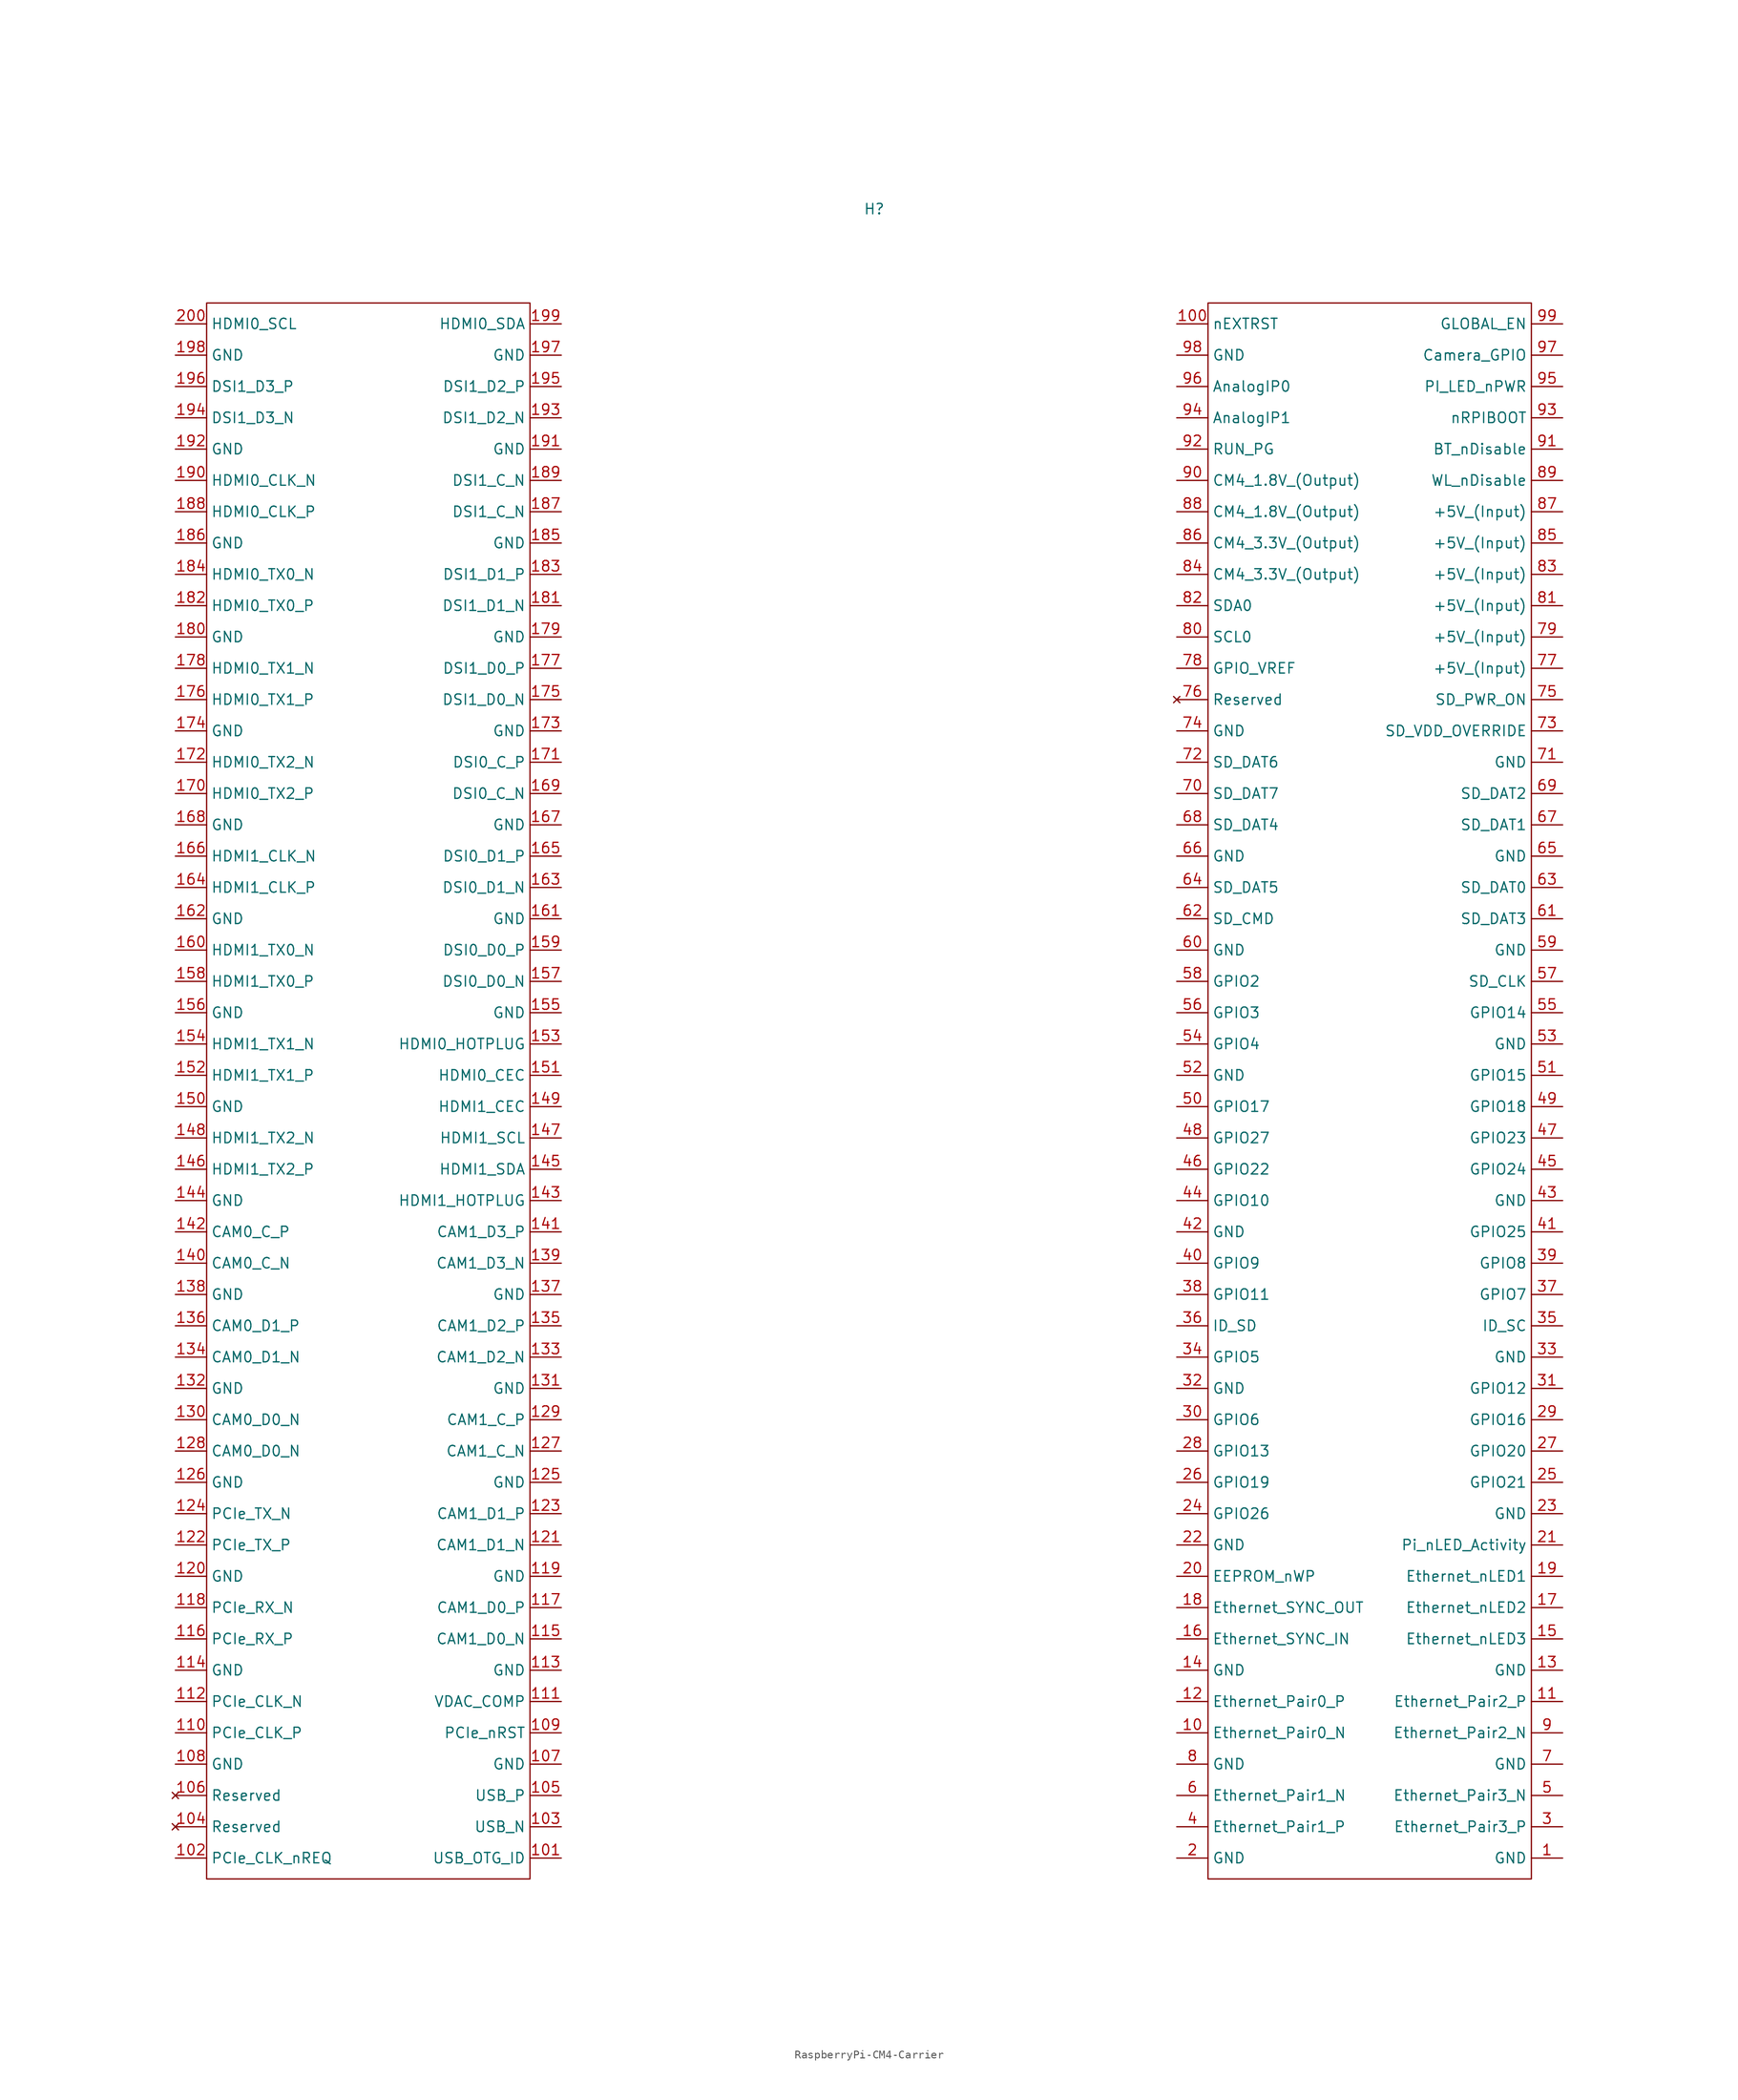
<source format=kicad_sym>
(kicad_symbol_lib
  (version 20241209)
  (generator "kicad_symbol_editor")
  (generator_version "9.0")
  (symbol "RaspberryPi-CM4-Carrier"
    (property "Reference" "H"
      (at 0 106.68 0)
      (effects (font (size 1.27 1.27))))
    (property "Value" ""
      (at 0 0 0)
      (effects (font (size 1.27 1.27))))
    (symbol "RaspberryPi-CM4-Carrier_0_1"
      (rectangle (start -41.91 95.25) (end -81.28 -96.52) (stroke (width 0) (type default)) (fill (type none)))
      (rectangle (start 80.01 95.25) (end 40.64 -96.52) (stroke (width 0) (type default)) (fill (type none))))
    (symbol "RaspberryPi-CM4-Carrier_1_1"
      (pin bidirectional line (at -85.09 92.71 0) (length 3.81) (name "HDMI0_SCL" (effects (font (size 1.27 1.27)))) (number "200" (effects (font (size 1.27 1.27)))))
      (pin power_out line (at -85.09 88.9 0) (length 3.81) (name "GND" (effects (font (size 1.27 1.27)))) (number "198" (effects (font (size 1.27 1.27)))))
      (pin input line (at -85.09 85.09 0) (length 3.81) (name "DSI1_D3_P" (effects (font (size 1.27 1.27)))) (number "196" (effects (font (size 1.27 1.27)))))
      (pin input line (at -85.09 81.28 0) (length 3.81) (name "DSI1_D3_N" (effects (font (size 1.27 1.27)))) (number "194" (effects (font (size 1.27 1.27)))))
      (pin power_out line (at -85.09 77.47 0) (length 3.81) (name "GND" (effects (font (size 1.27 1.27)))) (number "192" (effects (font (size 1.27 1.27)))))
      (pin input line (at -85.09 73.66 0) (length 3.81) (name "HDMI0_CLK_N" (effects (font (size 1.27 1.27)))) (number "190" (effects (font (size 1.27 1.27)))))
      (pin input line (at -85.09 69.85 0) (length 3.81) (name "HDMI0_CLK_P" (effects (font (size 1.27 1.27)))) (number "188" (effects (font (size 1.27 1.27)))))
      (pin power_out line (at -85.09 66.04 0) (length 3.81) (name "GND" (effects (font (size 1.27 1.27)))) (number "186" (effects (font (size 1.27 1.27)))))
      (pin input line (at -85.09 62.23 0) (length 3.81) (name "HDMI0_TX0_N" (effects (font (size 1.27 1.27)))) (number "184" (effects (font (size 1.27 1.27)))))
      (pin input line (at -85.09 58.42 0) (length 3.81) (name "HDMI0_TX0_P" (effects (font (size 1.27 1.27)))) (number "182" (effects (font (size 1.27 1.27)))))
      (pin power_out line (at -85.09 54.61 0) (length 3.81) (name "GND" (effects (font (size 1.27 1.27)))) (number "180" (effects (font (size 1.27 1.27)))))
      (pin input line (at -85.09 50.8 0) (length 3.81) (name "HDMI0_TX1_N" (effects (font (size 1.27 1.27)))) (number "178" (effects (font (size 1.27 1.27)))))
      (pin input line (at -85.09 46.99 0) (length 3.81) (name "HDMI0_TX1_P" (effects (font (size 1.27 1.27)))) (number "176" (effects (font (size 1.27 1.27)))))
      (pin power_out line (at -85.09 43.18 0) (length 3.81) (name "GND" (effects (font (size 1.27 1.27)))) (number "174" (effects (font (size 1.27 1.27)))))
      (pin input line (at -85.09 39.37 0) (length 3.81) (name "HDMI0_TX2_N" (effects (font (size 1.27 1.27)))) (number "172" (effects (font (size 1.27 1.27)))))
      (pin input line (at -85.09 35.56 0) (length 3.81) (name "HDMI0_TX2_P" (effects (font (size 1.27 1.27)))) (number "170" (effects (font (size 1.27 1.27)))))
      (pin power_out line (at -85.09 31.75 0) (length 3.81) (name "GND" (effects (font (size 1.27 1.27)))) (number "168" (effects (font (size 1.27 1.27)))))
      (pin input line (at -85.09 27.94 0) (length 3.81) (name "HDMI1_CLK_N" (effects (font (size 1.27 1.27)))) (number "166" (effects (font (size 1.27 1.27)))))
      (pin input line (at -85.09 24.13 0) (length 3.81) (name "HDMI1_CLK_P" (effects (font (size 1.27 1.27)))) (number "164" (effects (font (size 1.27 1.27)))))
      (pin power_out line (at -85.09 20.32 0) (length 3.81) (name "GND" (effects (font (size 1.27 1.27)))) (number "162" (effects (font (size 1.27 1.27)))))
      (pin input line (at -85.09 16.51 0) (length 3.81) (name "HDMI1_TX0_N" (effects (font (size 1.27 1.27)))) (number "160" (effects (font (size 1.27 1.27)))))
      (pin input line (at -85.09 12.7 0) (length 3.81) (name "HDMI1_TX0_P" (effects (font (size 1.27 1.27)))) (number "158" (effects (font (size 1.27 1.27)))))
      (pin power_out line (at -85.09 8.89 0) (length 3.81) (name "GND" (effects (font (size 1.27 1.27)))) (number "156" (effects (font (size 1.27 1.27)))))
      (pin input line (at -85.09 5.08 0) (length 3.81) (name "HDMI1_TX1_N" (effects (font (size 1.27 1.27)))) (number "154" (effects (font (size 1.27 1.27)))))
      (pin input line (at -85.09 1.27 0) (length 3.81) (name "HDMI1_TX1_P" (effects (font (size 1.27 1.27)))) (number "152" (effects (font (size 1.27 1.27)))))
      (pin power_out line (at -85.09 -2.54 0) (length 3.81) (name "GND" (effects (font (size 1.27 1.27)))) (number "150" (effects (font (size 1.27 1.27)))))
      (pin input line (at -85.09 -6.35 0) (length 3.81) (name "HDMI1_TX2_N" (effects (font (size 1.27 1.27)))) (number "148" (effects (font (size 1.27 1.27)))))
      (pin input line (at -85.09 -10.16 0) (length 3.81) (name "HDMI1_TX2_P" (effects (font (size 1.27 1.27)))) (number "146" (effects (font (size 1.27 1.27)))))
      (pin power_out line (at -85.09 -13.97 0) (length 3.81) (name "GND" (effects (font (size 1.27 1.27)))) (number "144" (effects (font (size 1.27 1.27)))))
      (pin output line (at -85.09 -17.78 0) (length 3.81) (name "CAM0_C_P" (effects (font (size 1.27 1.27)))) (number "142" (effects (font (size 1.27 1.27)))))
      (pin output line (at -85.09 -21.59 0) (length 3.81) (name "CAM0_C_N" (effects (font (size 1.27 1.27)))) (number "140" (effects (font (size 1.27 1.27)))))
      (pin power_out line (at -85.09 -25.4 0) (length 3.81) (name "GND" (effects (font (size 1.27 1.27)))) (number "138" (effects (font (size 1.27 1.27)))))
      (pin output line (at -85.09 -29.21 0) (length 3.81) (name "CAM0_D1_P" (effects (font (size 1.27 1.27)))) (number "136" (effects (font (size 1.27 1.27)))))
      (pin output line (at -85.09 -33.02 0) (length 3.81) (name "CAM0_D1_N" (effects (font (size 1.27 1.27)))) (number "134" (effects (font (size 1.27 1.27)))))
      (pin power_out line (at -85.09 -36.83 0) (length 3.81) (name "GND" (effects (font (size 1.27 1.27)))) (number "132" (effects (font (size 1.27 1.27)))))
      (pin output line (at -85.09 -40.64 0) (length 3.81) (name "CAM0_D0_N" (effects (font (size 1.27 1.27)))) (number "130" (effects (font (size 1.27 1.27)))))
      (pin output line (at -85.09 -44.45 0) (length 3.81) (name "CAM0_D0_N" (effects (font (size 1.27 1.27)))) (number "128" (effects (font (size 1.27 1.27)))))
      (pin power_out line (at -85.09 -48.26 0) (length 3.81) (name "GND" (effects (font (size 1.27 1.27)))) (number "126" (effects (font (size 1.27 1.27)))))
      (pin input line (at -85.09 -52.07 0) (length 3.81) (name "PCIe_TX_N" (effects (font (size 1.27 1.27)))) (number "124" (effects (font (size 1.27 1.27)))))
      (pin input line (at -85.09 -55.88 0) (length 3.81) (name "PCIe_TX_P" (effects (font (size 1.27 1.27)))) (number "122" (effects (font (size 1.27 1.27)))))
      (pin power_out line (at -85.09 -59.69 0) (length 3.81) (name "GND" (effects (font (size 1.27 1.27)))) (number "120" (effects (font (size 1.27 1.27)))))
      (pin output line (at -85.09 -63.5 0) (length 3.81) (name "PCIe_RX_N" (effects (font (size 1.27 1.27)))) (number "118" (effects (font (size 1.27 1.27)))))
      (pin output line (at -85.09 -67.31 0) (length 3.81) (name "PCIe_RX_P" (effects (font (size 1.27 1.27)))) (number "116" (effects (font (size 1.27 1.27)))))
      (pin power_out line (at -85.09 -71.12 0) (length 3.81) (name "GND" (effects (font (size 1.27 1.27)))) (number "114" (effects (font (size 1.27 1.27)))))
      (pin input line (at -85.09 -74.93 0) (length 3.81) (name "PCIe_CLK_N" (effects (font (size 1.27 1.27)))) (number "112" (effects (font (size 1.27 1.27)))))
      (pin input line (at -85.09 -78.74 0) (length 3.81) (name "PCIe_CLK_P" (effects (font (size 1.27 1.27)))) (number "110" (effects (font (size 1.27 1.27)))))
      (pin power_out line (at -85.09 -82.55 0) (length 3.81) (name "GND" (effects (font (size 1.27 1.27)))) (number "108" (effects (font (size 1.27 1.27)))))
      (pin no_connect line (at -85.09 -86.36 0) (length 3.81) (name "Reserved" (effects (font (size 1.27 1.27)))) (number "106" (effects (font (size 1.27 1.27)))))
      (pin no_connect line (at -85.09 -90.17 0) (length 3.81) (name "Reserved" (effects (font (size 1.27 1.27)))) (number "104" (effects (font (size 1.27 1.27)))))
      (pin bidirectional line (at -85.09 -93.98 0) (length 3.81) (name "PCIe_CLK_nREQ" (effects (font (size 1.27 1.27)))) (number "102" (effects (font (size 1.27 1.27)))))
      (pin bidirectional line (at -38.1 92.71 180) (length 3.81) (name "HDMI0_SDA" (effects (font (size 1.27 1.27)))) (number "199" (effects (font (size 1.27 1.27)))))
      (pin power_out line (at -38.1 88.9 180) (length 3.81) (name "GND" (effects (font (size 1.27 1.27)))) (number "197" (effects (font (size 1.27 1.27)))))
      (pin input line (at -38.1 85.09 180) (length 3.81) (name "DSI1_D2_P" (effects (font (size 1.27 1.27)))) (number "195" (effects (font (size 1.27 1.27)))))
      (pin input line (at -38.1 81.28 180) (length 3.81) (name "DSI1_D2_N" (effects (font (size 1.27 1.27)))) (number "193" (effects (font (size 1.27 1.27)))))
      (pin power_out line (at -38.1 77.47 180) (length 3.81) (name "GND" (effects (font (size 1.27 1.27)))) (number "191" (effects (font (size 1.27 1.27)))))
      (pin input line (at -38.1 73.66 180) (length 3.81) (name "DSI1_C_N" (effects (font (size 1.27 1.27)))) (number "189" (effects (font (size 1.27 1.27)))))
      (pin input line (at -38.1 69.85 180) (length 3.81) (name "DSI1_C_N" (effects (font (size 1.27 1.27)))) (number "187" (effects (font (size 1.27 1.27)))))
      (pin power_out line (at -38.1 66.04 180) (length 3.81) (name "GND" (effects (font (size 1.27 1.27)))) (number "185" (effects (font (size 1.27 1.27)))))
      (pin input line (at -38.1 62.23 180) (length 3.81) (name "DSI1_D1_P" (effects (font (size 1.27 1.27)))) (number "183" (effects (font (size 1.27 1.27)))))
      (pin input line (at -38.1 58.42 180) (length 3.81) (name "DSI1_D1_N" (effects (font (size 1.27 1.27)))) (number "181" (effects (font (size 1.27 1.27)))))
      (pin power_out line (at -38.1 54.61 180) (length 3.81) (name "GND" (effects (font (size 1.27 1.27)))) (number "179" (effects (font (size 1.27 1.27)))))
      (pin input line (at -38.1 50.8 180) (length 3.81) (name "DSI1_D0_P" (effects (font (size 1.27 1.27)))) (number "177" (effects (font (size 1.27 1.27)))))
      (pin input line (at -38.1 46.99 180) (length 3.81) (name "DSI1_D0_N" (effects (font (size 1.27 1.27)))) (number "175" (effects (font (size 1.27 1.27)))))
      (pin power_out line (at -38.1 43.18 180) (length 3.81) (name "GND" (effects (font (size 1.27 1.27)))) (number "173" (effects (font (size 1.27 1.27)))))
      (pin input line (at -38.1 39.37 180) (length 3.81) (name "DSI0_C_P" (effects (font (size 1.27 1.27)))) (number "171" (effects (font (size 1.27 1.27)))))
      (pin input line (at -38.1 35.56 180) (length 3.81) (name "DSI0_C_N" (effects (font (size 1.27 1.27)))) (number "169" (effects (font (size 1.27 1.27)))))
      (pin power_out line (at -38.1 31.75 180) (length 3.81) (name "GND" (effects (font (size 1.27 1.27)))) (number "167" (effects (font (size 1.27 1.27)))))
      (pin input line (at -38.1 27.94 180) (length 3.81) (name "DSI0_D1_P" (effects (font (size 1.27 1.27)))) (number "165" (effects (font (size 1.27 1.27)))))
      (pin input line (at -38.1 24.13 180) (length 3.81) (name "DSI0_D1_N" (effects (font (size 1.27 1.27)))) (number "163" (effects (font (size 1.27 1.27)))))
      (pin power_out line (at -38.1 20.32 180) (length 3.81) (name "GND" (effects (font (size 1.27 1.27)))) (number "161" (effects (font (size 1.27 1.27)))))
      (pin input line (at -38.1 16.51 180) (length 3.81) (name "DSI0_D0_P" (effects (font (size 1.27 1.27)))) (number "159" (effects (font (size 1.27 1.27)))))
      (pin input line (at -38.1 12.7 180) (length 3.81) (name "DSI0_D0_N" (effects (font (size 1.27 1.27)))) (number "157" (effects (font (size 1.27 1.27)))))
      (pin power_out line (at -38.1 8.89 180) (length 3.81) (name "GND" (effects (font (size 1.27 1.27)))) (number "155" (effects (font (size 1.27 1.27)))))
      (pin output line (at -38.1 5.08 180) (length 3.81) (name "HDMI0_HOTPLUG" (effects (font (size 1.27 1.27)))) (number "153" (effects (font (size 1.27 1.27)))))
      (pin output line (at -38.1 1.27 180) (length 3.81) (name "HDMI0_CEC" (effects (font (size 1.27 1.27)))) (number "151" (effects (font (size 1.27 1.27)))))
      (pin output line (at -38.1 -2.54 180) (length 3.81) (name "HDMI1_CEC" (effects (font (size 1.27 1.27)))) (number "149" (effects (font (size 1.27 1.27)))))
      (pin bidirectional line (at -38.1 -6.35 180) (length 3.81) (name "HDMI1_SCL" (effects (font (size 1.27 1.27)))) (number "147" (effects (font (size 1.27 1.27)))))
      (pin bidirectional line (at -38.1 -10.16 180) (length 3.81) (name "HDMI1_SDA" (effects (font (size 1.27 1.27)))) (number "145" (effects (font (size 1.27 1.27)))))
      (pin output line (at -38.1 -13.97 180) (length 3.81) (name "HDMI1_HOTPLUG" (effects (font (size 1.27 1.27)))) (number "143" (effects (font (size 1.27 1.27)))))
      (pin output line (at -38.1 -17.78 180) (length 3.81) (name "CAM1_D3_P" (effects (font (size 1.27 1.27)))) (number "141" (effects (font (size 1.27 1.27)))))
      (pin output line (at -38.1 -21.59 180) (length 3.81) (name "CAM1_D3_N" (effects (font (size 1.27 1.27)))) (number "139" (effects (font (size 1.27 1.27)))))
      (pin power_out line (at -38.1 -25.4 180) (length 3.81) (name "GND" (effects (font (size 1.27 1.27)))) (number "137" (effects (font (size 1.27 1.27)))))
      (pin output line (at -38.1 -29.21 180) (length 3.81) (name "CAM1_D2_P" (effects (font (size 1.27 1.27)))) (number "135" (effects (font (size 1.27 1.27)))))
      (pin output line (at -38.1 -33.02 180) (length 3.81) (name "CAM1_D2_N" (effects (font (size 1.27 1.27)))) (number "133" (effects (font (size 1.27 1.27)))))
      (pin power_out line (at -38.1 -36.83 180) (length 3.81) (name "GND" (effects (font (size 1.27 1.27)))) (number "131" (effects (font (size 1.27 1.27)))))
      (pin output line (at -38.1 -40.64 180) (length 3.81) (name "CAM1_C_P" (effects (font (size 1.27 1.27)))) (number "129" (effects (font (size 1.27 1.27)))))
      (pin output line (at -38.1 -44.45 180) (length 3.81) (name "CAM1_C_N" (effects (font (size 1.27 1.27)))) (number "127" (effects (font (size 1.27 1.27)))))
      (pin power_out line (at -38.1 -48.26 180) (length 3.81) (name "GND" (effects (font (size 1.27 1.27)))) (number "125" (effects (font (size 1.27 1.27)))))
      (pin output line (at -38.1 -52.07 180) (length 3.81) (name "CAM1_D1_P" (effects (font (size 1.27 1.27)))) (number "123" (effects (font (size 1.27 1.27)))))
      (pin output line (at -38.1 -55.88 180) (length 3.81) (name "CAM1_D1_N" (effects (font (size 1.27 1.27)))) (number "121" (effects (font (size 1.27 1.27)))))
      (pin power_out line (at -38.1 -59.69 180) (length 3.81) (name "GND" (effects (font (size 1.27 1.27)))) (number "119" (effects (font (size 1.27 1.27)))))
      (pin output line (at -38.1 -63.5 180) (length 3.81) (name "CAM1_D0_P" (effects (font (size 1.27 1.27)))) (number "117" (effects (font (size 1.27 1.27)))))
      (pin output line (at -38.1 -67.31 180) (length 3.81) (name "CAM1_D0_N" (effects (font (size 1.27 1.27)))) (number "115" (effects (font (size 1.27 1.27)))))
      (pin power_out line (at -38.1 -71.12 180) (length 3.81) (name "GND" (effects (font (size 1.27 1.27)))) (number "113" (effects (font (size 1.27 1.27)))))
      (pin input line (at -38.1 -74.93 180) (length 3.81) (name "VDAC_COMP" (effects (font (size 1.27 1.27)))) (number "111" (effects (font (size 1.27 1.27)))))
      (pin input line (at -38.1 -78.74 180) (length 3.81) (name "PCIe_nRST" (effects (font (size 1.27 1.27)))) (number "109" (effects (font (size 1.27 1.27)))))
      (pin power_out line (at -38.1 -82.55 180) (length 3.81) (name "GND" (effects (font (size 1.27 1.27)))) (number "107" (effects (font (size 1.27 1.27)))))
      (pin bidirectional line (at -38.1 -86.36 180) (length 3.81) (name "USB_P" (effects (font (size 1.27 1.27)))) (number "105" (effects (font (size 1.27 1.27)))))
      (pin bidirectional line (at -38.1 -90.17 180) (length 3.81) (name "USB_N" (effects (font (size 1.27 1.27)))) (number "103" (effects (font (size 1.27 1.27)))))
      (pin output line (at -38.1 -93.98 180) (length 3.81) (name "USB_OTG_ID" (effects (font (size 1.27 1.27)))) (number "101" (effects (font (size 1.27 1.27)))))
      (pin input line (at 36.83 92.71 0) (length 3.81) (name "nEXTRST" (effects (font (size 1.27 1.27)))) (number "100" (effects (font (size 1.27 1.27)))))
      (pin power_out line (at 36.83 88.9 0) (length 3.81) (name "GND" (effects (font (size 1.27 1.27)))) (number "98" (effects (font (size 1.27 1.27)))))
      (pin output line (at 36.83 85.09 0) (length 3.81) (name "AnalogIP0" (effects (font (size 1.27 1.27)))) (number "96" (effects (font (size 1.27 1.27)))))
      (pin output line (at 36.83 81.28 0) (length 3.81) (name "AnalogIP1" (effects (font (size 1.27 1.27)))) (number "94" (effects (font (size 1.27 1.27)))))
      (pin bidirectional line (at 36.83 77.47 0) (length 3.81) (name "RUN_PG" (effects (font (size 1.27 1.27)))) (number "92" (effects (font (size 1.27 1.27)))))
      (pin power_in line (at 36.83 73.66 0) (length 3.81) (name "CM4_1.8V_(Output)" (effects (font (size 1.27 1.27)))) (number "90" (effects (font (size 1.27 1.27)))))
      (pin power_in line (at 36.83 69.85 0) (length 3.81) (name "CM4_1.8V_(Output)" (effects (font (size 1.27 1.27)))) (number "88" (effects (font (size 1.27 1.27)))))
      (pin power_in line (at 36.83 66.04 0) (length 3.81) (name "CM4_3.3V_(Output)" (effects (font (size 1.27 1.27)))) (number "86" (effects (font (size 1.27 1.27)))))
      (pin power_in line (at 36.83 62.23 0) (length 3.81) (name "CM4_3.3V_(Output)" (effects (font (size 1.27 1.27)))) (number "84" (effects (font (size 1.27 1.27)))))
      (pin bidirectional line (at 36.83 58.42 0) (length 3.81) (name "SDA0" (effects (font (size 1.27 1.27)))) (number "82" (effects (font (size 1.27 1.27)))))
      (pin input line (at 36.83 54.61 0) (length 3.81) (name "SCL0" (effects (font (size 1.27 1.27)))) (number "80" (effects (font (size 1.27 1.27)))))
      (pin power_out line (at 36.83 50.8 0) (length 3.81) (name "GPIO_VREF" (effects (font (size 1.27 1.27)))) (number "78" (effects (font (size 1.27 1.27)))))
      (pin no_connect line (at 36.83 46.99 0) (length 3.81) (name "Reserved" (effects (font (size 1.27 1.27)))) (number "76" (effects (font (size 1.27 1.27)))))
      (pin power_out line (at 36.83 43.18 0) (length 3.81) (name "GND" (effects (font (size 1.27 1.27)))) (number "74" (effects (font (size 1.27 1.27)))))
      (pin bidirectional line (at 36.83 39.37 0) (length 3.81) (name "SD_DAT6" (effects (font (size 1.27 1.27)))) (number "72" (effects (font (size 1.27 1.27)))))
      (pin bidirectional line (at 36.83 35.56 0) (length 3.81) (name "SD_DAT7" (effects (font (size 1.27 1.27)))) (number "70" (effects (font (size 1.27 1.27)))))
      (pin bidirectional line (at 36.83 31.75 0) (length 3.81) (name "SD_DAT4" (effects (font (size 1.27 1.27)))) (number "68" (effects (font (size 1.27 1.27)))))
      (pin power_out line (at 36.83 27.94 0) (length 3.81) (name "GND" (effects (font (size 1.27 1.27)))) (number "66" (effects (font (size 1.27 1.27)))))
      (pin bidirectional line (at 36.83 24.13 0) (length 3.81) (name "SD_DAT5" (effects (font (size 1.27 1.27)))) (number "64" (effects (font (size 1.27 1.27)))))
      (pin bidirectional line (at 36.83 20.32 0) (length 3.81) (name "SD_CMD" (effects (font (size 1.27 1.27)))) (number "62" (effects (font (size 1.27 1.27)))))
      (pin power_out line (at 36.83 16.51 0) (length 3.81) (name "GND" (effects (font (size 1.27 1.27)))) (number "60" (effects (font (size 1.27 1.27)))))
      (pin bidirectional line (at 36.83 12.7 0) (length 3.81) (name "GPIO2" (effects (font (size 1.27 1.27)))) (number "58" (effects (font (size 1.27 1.27)))))
      (pin bidirectional line (at 36.83 8.89 0) (length 3.81) (name "GPIO3" (effects (font (size 1.27 1.27)))) (number "56" (effects (font (size 1.27 1.27)))))
      (pin bidirectional line (at 36.83 5.08 0) (length 3.81) (name "GPIO4" (effects (font (size 1.27 1.27)))) (number "54" (effects (font (size 1.27 1.27)))))
      (pin power_out line (at 36.83 1.27 0) (length 3.81) (name "GND" (effects (font (size 1.27 1.27)))) (number "52" (effects (font (size 1.27 1.27)))))
      (pin bidirectional line (at 36.83 -2.54 0) (length 3.81) (name "GPIO17" (effects (font (size 1.27 1.27)))) (number "50" (effects (font (size 1.27 1.27)))))
      (pin bidirectional line (at 36.83 -6.35 0) (length 3.81) (name "GPIO27" (effects (font (size 1.27 1.27)))) (number "48" (effects (font (size 1.27 1.27)))))
      (pin bidirectional line (at 36.83 -10.16 0) (length 3.81) (name "GPIO22" (effects (font (size 1.27 1.27)))) (number "46" (effects (font (size 1.27 1.27)))))
      (pin bidirectional line (at 36.83 -13.97 0) (length 3.81) (name "GPIO10" (effects (font (size 1.27 1.27)))) (number "44" (effects (font (size 1.27 1.27)))))
      (pin power_out line (at 36.83 -17.78 0) (length 3.81) (name "GND" (effects (font (size 1.27 1.27)))) (number "42" (effects (font (size 1.27 1.27)))))
      (pin bidirectional line (at 36.83 -21.59 0) (length 3.81) (name "GPIO9" (effects (font (size 1.27 1.27)))) (number "40" (effects (font (size 1.27 1.27)))))
      (pin bidirectional line (at 36.83 -25.4 0) (length 3.81) (name "GPIO11" (effects (font (size 1.27 1.27)))) (number "38" (effects (font (size 1.27 1.27)))))
      (pin bidirectional line (at 36.83 -29.21 0) (length 3.81) (name "ID_SD" (effects (font (size 1.27 1.27)))) (number "36" (effects (font (size 1.27 1.27)))))
      (pin bidirectional line (at 36.83 -33.02 0) (length 3.81) (name "GPIO5" (effects (font (size 1.27 1.27)))) (number "34" (effects (font (size 1.27 1.27)))))
      (pin power_out line (at 36.83 -36.83 0) (length 3.81) (name "GND" (effects (font (size 1.27 1.27)))) (number "32" (effects (font (size 1.27 1.27)))))
      (pin bidirectional line (at 36.83 -40.64 0) (length 3.81) (name "GPIO6" (effects (font (size 1.27 1.27)))) (number "30" (effects (font (size 1.27 1.27)))))
      (pin bidirectional line (at 36.83 -44.45 0) (length 3.81) (name "GPIO13" (effects (font (size 1.27 1.27)))) (number "28" (effects (font (size 1.27 1.27)))))
      (pin bidirectional line (at 36.83 -48.26 0) (length 3.81) (name "GPIO19" (effects (font (size 1.27 1.27)))) (number "26" (effects (font (size 1.27 1.27)))))
      (pin bidirectional line (at 36.83 -52.07 0) (length 3.81) (name "GPIO26" (effects (font (size 1.27 1.27)))) (number "24" (effects (font (size 1.27 1.27)))))
      (pin power_out line (at 36.83 -55.88 0) (length 3.81) (name "GND" (effects (font (size 1.27 1.27)))) (number "22" (effects (font (size 1.27 1.27)))))
      (pin output line (at 36.83 -59.69 0) (length 3.81) (name "EEPROM_nWP" (effects (font (size 1.27 1.27)))) (number "20" (effects (font (size 1.27 1.27)))))
      (pin input line (at 36.83 -63.5 0) (length 3.81) (name "Ethernet_SYNC_OUT" (effects (font (size 1.27 1.27)))) (number "18" (effects (font (size 1.27 1.27)))))
      (pin output line (at 36.83 -67.31 0) (length 3.81) (name "Ethernet_SYNC_IN" (effects (font (size 1.27 1.27)))) (number "16" (effects (font (size 1.27 1.27)))))
      (pin power_out line (at 36.83 -71.12 0) (length 3.81) (name "GND" (effects (font (size 1.27 1.27)))) (number "14" (effects (font (size 1.27 1.27)))))
      (pin bidirectional line (at 36.83 -74.93 0) (length 3.81) (name "Ethernet_Pair0_P" (effects (font (size 1.27 1.27)))) (number "12" (effects (font (size 1.27 1.27)))))
      (pin bidirectional line (at 36.83 -78.74 0) (length 3.81) (name "Ethernet_Pair0_N" (effects (font (size 1.27 1.27)))) (number "10" (effects (font (size 1.27 1.27)))))
      (pin power_out line (at 36.83 -82.55 0) (length 3.81) (name "GND" (effects (font (size 1.27 1.27)))) (number "8" (effects (font (size 1.27 1.27)))))
      (pin bidirectional line (at 36.83 -86.36 0) (length 3.81) (name "Ethernet_Pair1_N" (effects (font (size 1.27 1.27)))) (number "6" (effects (font (size 1.27 1.27)))))
      (pin bidirectional line (at 36.83 -90.17 0) (length 3.81) (name "Ethernet_Pair1_P" (effects (font (size 1.27 1.27)))) (number "4" (effects (font (size 1.27 1.27)))))
      (pin power_out line (at 36.83 -93.98 0) (length 3.81) (name "GND" (effects (font (size 1.27 1.27)))) (number "2" (effects (font (size 1.27 1.27)))))
      (pin output line (at 83.82 92.71 180) (length 3.81) (name "GLOBAL_EN" (effects (font (size 1.27 1.27)))) (number "99" (effects (font (size 1.27 1.27)))))
      (pin bidirectional line (at 83.82 88.9 180) (length 3.81) (name "Camera_GPIO" (effects (font (size 1.27 1.27)))) (number "97" (effects (font (size 1.27 1.27)))))
      (pin input line (at 83.82 85.09 180) (length 3.81) (name "PI_LED_nPWR" (effects (font (size 1.27 1.27)))) (number "95" (effects (font (size 1.27 1.27)))))
      (pin output line (at 83.82 81.28 180) (length 3.81) (name "nRPIBOOT" (effects (font (size 1.27 1.27)))) (number "93" (effects (font (size 1.27 1.27)))))
      (pin output line (at 83.82 77.47 180) (length 3.81) (name "BT_nDisable" (effects (font (size 1.27 1.27)))) (number "91" (effects (font (size 1.27 1.27)))))
      (pin output line (at 83.82 73.66 180) (length 3.81) (name "WL_nDisable" (effects (font (size 1.27 1.27)))) (number "89" (effects (font (size 1.27 1.27)))))
      (pin power_out line (at 83.82 69.85 180) (length 3.81) (name "+5V_(Input)" (effects (font (size 1.27 1.27)))) (number "87" (effects (font (size 1.27 1.27)))))
      (pin power_out line (at 83.82 66.04 180) (length 3.81) (name "+5V_(Input)" (effects (font (size 1.27 1.27)))) (number "85" (effects (font (size 1.27 1.27)))))
      (pin power_out line (at 83.82 62.23 180) (length 3.81) (name "+5V_(Input)" (effects (font (size 1.27 1.27)))) (number "83" (effects (font (size 1.27 1.27)))))
      (pin power_out line (at 83.82 58.42 180) (length 3.81) (name "+5V_(Input)" (effects (font (size 1.27 1.27)))) (number "81" (effects (font (size 1.27 1.27)))))
      (pin power_out line (at 83.82 54.61 180) (length 3.81) (name "+5V_(Input)" (effects (font (size 1.27 1.27)))) (number "79" (effects (font (size 1.27 1.27)))))
      (pin power_out line (at 83.82 50.8 180) (length 3.81) (name "+5V_(Input)" (effects (font (size 1.27 1.27)))) (number "77" (effects (font (size 1.27 1.27)))))
      (pin input line (at 83.82 46.99 180) (length 3.81) (name "SD_PWR_ON" (effects (font (size 1.27 1.27)))) (number "75" (effects (font (size 1.27 1.27)))))
      (pin output line (at 83.82 43.18 180) (length 3.81) (name "SD_VDD_OVERRIDE" (effects (font (size 1.27 1.27)))) (number "73" (effects (font (size 1.27 1.27)))))
      (pin power_out line (at 83.82 39.37 180) (length 3.81) (name "GND" (effects (font (size 1.27 1.27)))) (number "71" (effects (font (size 1.27 1.27)))))
      (pin bidirectional line (at 83.82 35.56 180) (length 3.81) (name "SD_DAT2" (effects (font (size 1.27 1.27)))) (number "69" (effects (font (size 1.27 1.27)))))
      (pin bidirectional line (at 83.82 31.75 180) (length 3.81) (name "SD_DAT1" (effects (font (size 1.27 1.27)))) (number "67" (effects (font (size 1.27 1.27)))))
      (pin power_out line (at 83.82 27.94 180) (length 3.81) (name "GND" (effects (font (size 1.27 1.27)))) (number "65" (effects (font (size 1.27 1.27)))))
      (pin bidirectional line (at 83.82 24.13 180) (length 3.81) (name "SD_DAT0" (effects (font (size 1.27 1.27)))) (number "63" (effects (font (size 1.27 1.27)))))
      (pin bidirectional line (at 83.82 20.32 180) (length 3.81) (name "SD_DAT3" (effects (font (size 1.27 1.27)))) (number "61" (effects (font (size 1.27 1.27)))))
      (pin power_out line (at 83.82 16.51 180) (length 3.81) (name "GND" (effects (font (size 1.27 1.27)))) (number "59" (effects (font (size 1.27 1.27)))))
      (pin input line (at 83.82 12.7 180) (length 3.81) (name "SD_CLK" (effects (font (size 1.27 1.27)))) (number "57" (effects (font (size 1.27 1.27)))))
      (pin bidirectional line (at 83.82 8.89 180) (length 3.81) (name "GPIO14" (effects (font (size 1.27 1.27)))) (number "55" (effects (font (size 1.27 1.27)))))
      (pin power_out line (at 83.82 5.08 180) (length 3.81) (name "GND" (effects (font (size 1.27 1.27)))) (number "53" (effects (font (size 1.27 1.27)))))
      (pin bidirectional line (at 83.82 1.27 180) (length 3.81) (name "GPIO15" (effects (font (size 1.27 1.27)))) (number "51" (effects (font (size 1.27 1.27)))))
      (pin bidirectional line (at 83.82 -2.54 180) (length 3.81) (name "GPIO18" (effects (font (size 1.27 1.27)))) (number "49" (effects (font (size 1.27 1.27)))))
      (pin bidirectional line (at 83.82 -6.35 180) (length 3.81) (name "GPIO23" (effects (font (size 1.27 1.27)))) (number "47" (effects (font (size 1.27 1.27)))))
      (pin bidirectional line (at 83.82 -10.16 180) (length 3.81) (name "GPIO24" (effects (font (size 1.27 1.27)))) (number "45" (effects (font (size 1.27 1.27)))))
      (pin power_out line (at 83.82 -13.97 180) (length 3.81) (name "GND" (effects (font (size 1.27 1.27)))) (number "43" (effects (font (size 1.27 1.27)))))
      (pin bidirectional line (at 83.82 -17.78 180) (length 3.81) (name "GPIO25" (effects (font (size 1.27 1.27)))) (number "41" (effects (font (size 1.27 1.27)))))
      (pin bidirectional line (at 83.82 -21.59 180) (length 3.81) (name "GPIO8" (effects (font (size 1.27 1.27)))) (number "39" (effects (font (size 1.27 1.27)))))
      (pin bidirectional line (at 83.82 -25.4 180) (length 3.81) (name "GPIO7" (effects (font (size 1.27 1.27)))) (number "37" (effects (font (size 1.27 1.27)))))
      (pin bidirectional line (at 83.82 -29.21 180) (length 3.81) (name "ID_SC" (effects (font (size 1.27 1.27)))) (number "35" (effects (font (size 1.27 1.27)))))
      (pin power_out line (at 83.82 -33.02 180) (length 3.81) (name "GND" (effects (font (size 1.27 1.27)))) (number "33" (effects (font (size 1.27 1.27)))))
      (pin bidirectional line (at 83.82 -36.83 180) (length 3.81) (name "GPIO12" (effects (font (size 1.27 1.27)))) (number "31" (effects (font (size 1.27 1.27)))))
      (pin bidirectional line (at 83.82 -40.64 180) (length 3.81) (name "GPIO16" (effects (font (size 1.27 1.27)))) (number "29" (effects (font (size 1.27 1.27)))))
      (pin bidirectional line (at 83.82 -44.45 180) (length 3.81) (name "GPIO20" (effects (font (size 1.27 1.27)))) (number "27" (effects (font (size 1.27 1.27)))))
      (pin bidirectional line (at 83.82 -48.26 180) (length 3.81) (name "GPIO21" (effects (font (size 1.27 1.27)))) (number "25" (effects (font (size 1.27 1.27)))))
      (pin power_out line (at 83.82 -52.07 180) (length 3.81) (name "GND" (effects (font (size 1.27 1.27)))) (number "23" (effects (font (size 1.27 1.27)))))
      (pin input line (at 83.82 -55.88 180) (length 3.81) (name "Pi_nLED_Activity" (effects (font (size 1.27 1.27)))) (number "21" (effects (font (size 1.27 1.27)))))
      (pin input line (at 83.82 -59.69 180) (length 3.81) (name "Ethernet_nLED1" (effects (font (size 1.27 1.27)))) (number "19" (effects (font (size 1.27 1.27)))))
      (pin input line (at 83.82 -63.5 180) (length 3.81) (name "Ethernet_nLED2" (effects (font (size 1.27 1.27)))) (number "17" (effects (font (size 1.27 1.27)))))
      (pin input line (at 83.82 -67.31 180) (length 3.81) (name "Ethernet_nLED3" (effects (font (size 1.27 1.27)))) (number "15" (effects (font (size 1.27 1.27)))))
      (pin power_out line (at 83.82 -71.12 180) (length 3.81) (name "GND" (effects (font (size 1.27 1.27)))) (number "13" (effects (font (size 1.27 1.27)))))
      (pin bidirectional line (at 83.82 -74.93 180) (length 3.81) (name "Ethernet_Pair2_P" (effects (font (size 1.27 1.27)))) (number "11" (effects (font (size 1.27 1.27)))))
      (pin bidirectional line (at 83.82 -78.74 180) (length 3.81) (name "Ethernet_Pair2_N" (effects (font (size 1.27 1.27)))) (number "9" (effects (font (size 1.27 1.27)))))
      (pin power_out line (at 83.82 -82.55 180) (length 3.81) (name "GND" (effects (font (size 1.27 1.27)))) (number "7" (effects (font (size 1.27 1.27)))))
      (pin bidirectional line (at 83.82 -86.36 180) (length 3.81) (name "Ethernet_Pair3_N" (effects (font (size 1.27 1.27)))) (number "5" (effects (font (size 1.27 1.27)))))
      (pin bidirectional line (at 83.82 -90.17 180) (length 3.81) (name "Ethernet_Pair3_P" (effects (font (size 1.27 1.27)))) (number "3" (effects (font (size 1.27 1.27)))))
      (pin power_out line (at 83.82 -93.98 180) (length 3.81) (name "GND" (effects (font (size 1.27 1.27)))) (number "1" (effects (font (size 1.27 1.27))))))))
</source>
